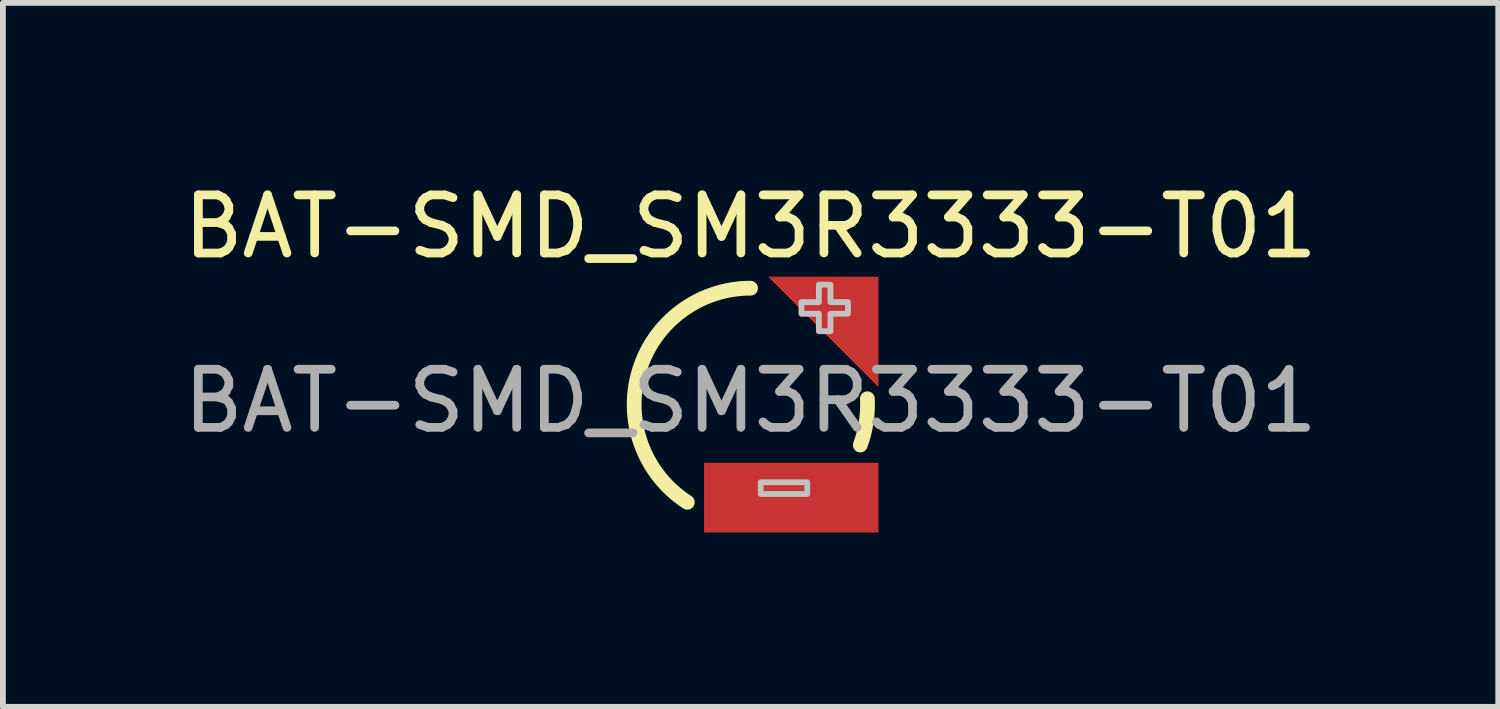
<source format=kicad_pcb>
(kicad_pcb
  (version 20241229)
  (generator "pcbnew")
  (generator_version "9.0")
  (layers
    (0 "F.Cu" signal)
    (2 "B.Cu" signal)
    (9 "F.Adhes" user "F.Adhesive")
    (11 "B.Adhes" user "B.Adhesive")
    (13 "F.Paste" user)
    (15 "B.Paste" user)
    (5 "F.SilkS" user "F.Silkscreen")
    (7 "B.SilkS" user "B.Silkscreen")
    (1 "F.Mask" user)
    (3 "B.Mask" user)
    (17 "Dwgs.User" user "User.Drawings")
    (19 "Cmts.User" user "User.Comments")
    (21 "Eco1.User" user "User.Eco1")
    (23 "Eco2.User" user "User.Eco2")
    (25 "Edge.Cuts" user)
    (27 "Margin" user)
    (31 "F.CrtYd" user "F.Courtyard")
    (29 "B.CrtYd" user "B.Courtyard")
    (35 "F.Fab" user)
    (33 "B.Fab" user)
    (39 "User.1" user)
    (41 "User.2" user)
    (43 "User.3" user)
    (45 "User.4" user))
  (footprint "BAT-SMD_SM3R3333-T01"
    (layer "F.Cu")
    (at 9.863 3.848)
    (property "Reference" "BAT-SMD_SM3R3333-T01" (at 0 -3 0) (layer "F.SilkS") (effects (font (size 1 1) (thickness 0.15))))
    (attr smd)
    (fp_arc (start -1.088292 1.7435) (mid -1.92063 -0.504781) (end -0.000292 -1.94) (stroke (width 0.254) (type default)) (layer "F.SilkS"))
    (fp_arc (start 2.009708 -0.038) (mid 1.989181 0.36614) (end 1.888208 0.758) (stroke (width 0.254) (type default)) (layer "F.SilkS"))
    (fp_poly (pts (xy 0.175 1.4) (xy 0.975 1.4) (xy 0.975 1.6) (xy 0.175 1.6)) (stroke (width 0.1) (type default)) (fill no) (layer "Dwgs.User"))
    (fp_poly (pts (xy 0.875 -1.7) (xy 1.175 -1.7) (xy 1.175 -2) (xy 1.375 -2) (xy 1.375 -1.7) (xy 1.575 -1.7) (xy 1.675 -1.7) (xy 1.675 -1.5) (xy 1.375 -1.5) (xy 1.375 -1.2) (xy 1.175 -1.2) (xy 1.175 -1.5) (xy 0.875 -1.5)) (stroke (width 0.1) (type default)) (fill no) (layer "Dwgs.User"))
    (fp_poly (pts (xy 1 -1.837) (xy 1.9 -1.837) (xy 1.9 -0.938)) (stroke (width 0.1) (type default)) (fill no) (layer "User.1"))
    (fp_poly (pts (xy -0.5 1.462) (xy 1.9 1.462) (xy 1.9 1.962) (xy -0.5 1.962)) (stroke (width 0.1) (type default)) (fill no) (layer "User.1"))
    (fp_poly (pts (xy 1 -1.837) (xy 1.1 -1.837) (xy 1.9 -1.038) (xy 1.9 -0.938) (xy 1.7 -0.738) (xy 0.8 -1.637)) (stroke (width 0.1) (type default)) (fill no) (layer "User.1"))
    (fp_poly (pts (xy -0.5 1.562) (xy -0.5 1.062) (xy -1.1 0.463) (xy -1.1 -0.338) (xy -0.5 -0.938) (xy 0.8 -0.938) (xy 1.9 0.163) (xy 1.9 1.562)) (stroke (width 0.1) (type default)) (fill no) (layer "User.1"))
    (fp_arc (start -1.900292 0.0625) (mid -1.343795 -1.281003) (end -0.000292 -1.8375) (stroke (width 0.051) (type default)) (layer "User.2"))
    (fp_arc (start -0.000292 -1.8375) (mid 1.343211 -1.281003) (end 1.899708 0.0625) (stroke (width 0.051) (type default)) (layer "User.2"))
    (fp_arc (start -0.000292 1.9625) (mid -1.343795 1.406003) (end -1.900292 0.0625) (stroke (width 0.051) (type default)) (layer "User.2"))
    (fp_arc (start 1.899708 0.0625) (mid 1.343211 1.406003) (end -0.000292 1.9625) (stroke (width 0.051) (type default)) (layer "User.2"))
    (fp_poly (pts (xy -2.815 1.962) (xy -2.833 1.92) (xy -2.875 1.903) (xy -2.917 1.92) (xy -2.935 1.962) (xy -2.917 2.005) (xy -2.875 2.022) (xy -2.833 2.005)) (stroke (width 0.1) (type default)) (fill no) (layer "User.3"))
    (fp_text user "${REFERENCE}" (at 0 0 0) (layer "F.Fab") (effects (font (size 1 1) (thickness 0.15))))
    (pad "1" smd rect (at 0.7 1.663) (size 3 1.2) (layers "F.Cu" "F.Mask" "F.Paste"))
    (pad "2" smd custom (at 1.25 -1.663) (size 0.000001 0.000001) (layers "F.Cu" "F.Mask" "F.Paste") (options (anchor circle)) (primitives (gr_poly (pts (xy 0.95 -0.475) (xy -0.95 -0.475) (xy 0.95 1.425)) (width 0) (fill yes)))))
  (gr_rect
    (start -3 -3)
    (end 22.726 9.111)
    (stroke (width 0.1) (type default))
    (fill no)
    (layer "Edge.Cuts")))
</source>
